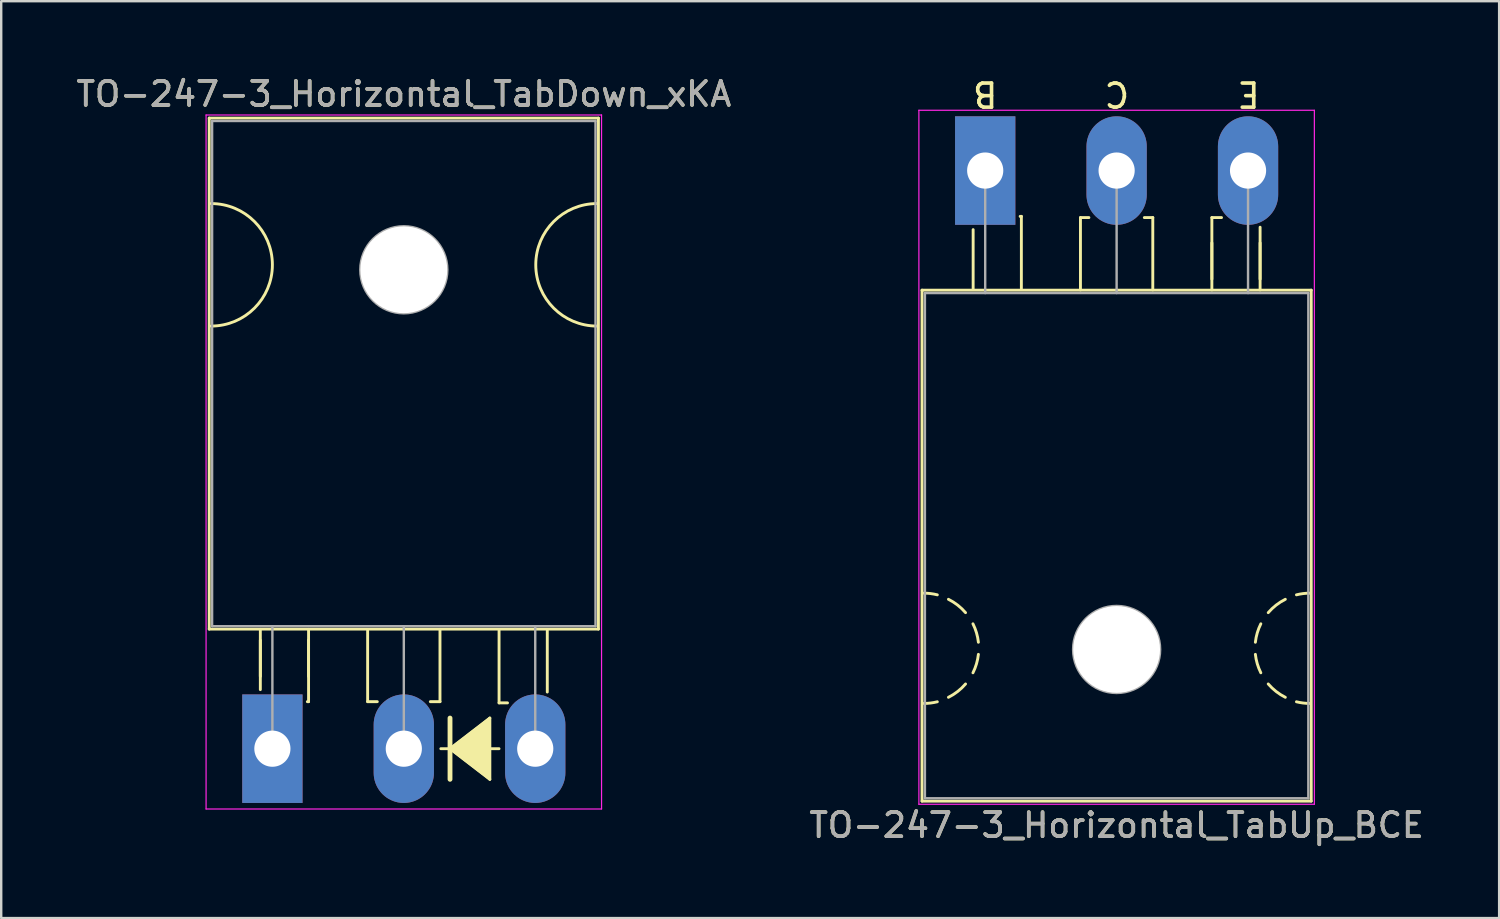
<source format=kicad_pcb>
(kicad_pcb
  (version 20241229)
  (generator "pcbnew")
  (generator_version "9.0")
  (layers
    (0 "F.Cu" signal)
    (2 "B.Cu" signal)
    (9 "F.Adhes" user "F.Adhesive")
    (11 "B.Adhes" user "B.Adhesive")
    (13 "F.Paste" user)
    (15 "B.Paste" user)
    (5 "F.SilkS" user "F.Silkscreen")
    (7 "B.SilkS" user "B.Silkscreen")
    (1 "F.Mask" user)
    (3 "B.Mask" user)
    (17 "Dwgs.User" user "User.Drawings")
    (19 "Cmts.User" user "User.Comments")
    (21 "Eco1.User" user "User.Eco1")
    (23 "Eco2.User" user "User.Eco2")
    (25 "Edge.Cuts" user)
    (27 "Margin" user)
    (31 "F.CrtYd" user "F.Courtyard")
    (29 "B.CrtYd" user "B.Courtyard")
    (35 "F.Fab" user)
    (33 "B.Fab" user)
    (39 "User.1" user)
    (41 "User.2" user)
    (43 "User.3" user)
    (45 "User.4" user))
  (footprint "TO-247-3_Horizontal_TabUp_BCE"
    (layer "F.Cu")
    (at 37.806 4.023)
    (property "Reference" "TO-247-3_Horizontal_TabUp_BCE" (at 5.45 27.15 0) (layer "F.SilkS") (effects (font (size 1 1) (thickness 0.15))))
    (fp_line (start -2.62 4.96) (end -2.62 26.15) (stroke (width 0.12) (type solid)) (layer "F.SilkS"))
    (fp_line (start -2.62 4.96) (end 13.52 4.96) (stroke (width 0.12) (type solid)) (layer "F.SilkS"))
    (fp_line (start -2.62 26.15) (end 13.52 26.15) (stroke (width 0.12) (type solid)) (layer "F.SilkS"))
    (fp_line (start -0.5 4.9) (end -0.5 2.45) (stroke (width 0.12) (type solid)) (layer "F.SilkS"))
    (fp_line (start 1.5 1.9) (end 1.45 1.9) (stroke (width 0.12) (type solid)) (layer "F.SilkS"))
    (fp_line (start 1.5 4.9) (end 1.5 1.9) (stroke (width 0.12) (type solid)) (layer "F.SilkS"))
    (fp_line (start 3.95 1.95) (end 4.3 1.95) (stroke (width 0.12) (type solid)) (layer "F.SilkS"))
    (fp_line (start 3.95 4.95) (end 3.95 1.95) (stroke (width 0.12) (type solid)) (layer "F.SilkS"))
    (fp_line (start 6.95 1.95) (end 6.6 1.95) (stroke (width 0.12) (type solid)) (layer "F.SilkS"))
    (fp_line (start 6.95 4.95) (end 6.95 1.95) (stroke (width 0.12) (type solid)) (layer "F.SilkS"))
    (fp_line (start 9.4 1.95) (end 9.8 1.95) (stroke (width 0.12) (type solid)) (layer "F.SilkS"))
    (fp_line (start 9.4 4.5) (end 9.4 3) (stroke (width 0.12) (type solid)) (layer "F.SilkS"))
    (fp_line (start 9.4 4.95) (end 9.4 1.95) (stroke (width 0.12) (type solid)) (layer "F.SilkS"))
    (fp_line (start 11.4 4.5) (end 11.4 3) (stroke (width 0.12) (type solid)) (layer "F.SilkS"))
    (fp_line (start 11.4 4.95) (end 11.4 2.35) (stroke (width 0.12) (type solid)) (layer "F.SilkS"))
    (fp_line (start 13.52 4.96) (end 13.52 26.15) (stroke (width 0.12) (type solid)) (layer "F.SilkS"))
    (fp_arc (start -2.54 17.526) (mid -2.260689 17.543128) (end -1.985564 17.594254) (stroke (width 0.12) (type solid)) (layer "F.SilkS"))
    (fp_arc (start -1.985564 22.029746) (mid -2.260689 22.080872) (end -2.54 22.098) (stroke (width 0.12) (type solid)) (layer "F.SilkS"))
    (fp_arc (start -1.524001 17.780001) (mid -1.14188 18.02132) (end -0.815088 18.333504) (stroke (width 0.12) (type solid)) (layer "F.SilkS"))
    (fp_arc (start -0.815087 21.290497) (mid -1.141879 21.60268) (end -1.524 21.844) (stroke (width 0.12) (type solid)) (layer "F.SilkS"))
    (fp_arc (start -0.508001 18.796001) (mid -0.361178 19.168563) (end -0.282051 19.561117) (stroke (width 0.12) (type solid)) (layer "F.SilkS"))
    (fp_arc (start -0.282051 20.062883) (mid -0.361178 20.455437) (end -0.508001 20.827999) (stroke (width 0.12) (type solid)) (layer "F.SilkS"))
    (fp_arc (start 11.204051 19.561117) (mid 11.283178 19.168563) (end 11.430001 18.796001) (stroke (width 0.12) (type solid)) (layer "F.SilkS"))
    (fp_arc (start 11.430001 20.827999) (mid 11.283178 20.455437) (end 11.204051 20.062883) (stroke (width 0.12) (type solid)) (layer "F.SilkS"))
    (fp_arc (start 11.737087 18.333503) (mid 12.063879 18.02132) (end 12.446 17.78) (stroke (width 0.12) (type solid)) (layer "F.SilkS"))
    (fp_arc (start 12.446001 21.843999) (mid 12.06388 21.60268) (end 11.737088 21.290496) (stroke (width 0.12) (type solid)) (layer "F.SilkS"))
    (fp_arc (start 12.907564 17.594254) (mid 13.182689 17.543128) (end 13.462 17.526) (stroke (width 0.12) (type solid)) (layer "F.SilkS"))
    (fp_arc (start 13.462 22.098) (mid 13.182689 22.080872) (end 12.907564 22.029746) (stroke (width 0.12) (type solid)) (layer "F.SilkS"))
    (fp_line (start -2.75 -2.5) (end -2.75 26.28) (stroke (width 0.05) (type solid)) (layer "F.CrtYd"))
    (fp_line (start -2.75 26.28) (end 13.65 26.28) (stroke (width 0.05) (type solid)) (layer "F.CrtYd"))
    (fp_line (start 13.65 -2.5) (end -2.75 -2.5) (stroke (width 0.05) (type solid)) (layer "F.CrtYd"))
    (fp_line (start 13.65 26.28) (end 13.65 -2.5) (stroke (width 0.05) (type solid)) (layer "F.CrtYd"))
    (fp_line (start -2.5 5.08) (end -2.5 26.03) (stroke (width 0.1) (type solid)) (layer "F.Fab"))
    (fp_line (start -2.5 26.03) (end 13.4 26.03) (stroke (width 0.1) (type solid)) (layer "F.Fab"))
    (fp_line (start 0 5.08) (end 0 0) (stroke (width 0.1) (type solid)) (layer "F.Fab"))
    (fp_line (start 5.45 5.08) (end 5.45 0) (stroke (width 0.1) (type solid)) (layer "F.Fab"))
    (fp_line (start 10.9 5.08) (end 10.9 0) (stroke (width 0.1) (type solid)) (layer "F.Fab"))
    (fp_line (start 13.4 5.08) (end -2.5 5.08) (stroke (width 0.1) (type solid)) (layer "F.Fab"))
    (fp_line (start 13.4 26.03) (end 13.4 5.08) (stroke (width 0.1) (type solid)) (layer "F.Fab"))
    (fp_circle (center 5.45 19.86) (end 7.255 19.86) (stroke (width 0.1) (type solid)) (fill no) (layer "F.Fab"))
    (fp_text user "B" (at 0 -3.175 180) (unlocked yes) (layer "F.SilkS") (effects (font (size 1 1) (thickness 0.15))))
    (fp_text user "E" (at 10.922 -3.175 180) (unlocked yes) (layer "F.SilkS") (effects (font (size 1 1) (thickness 0.15))))
    (fp_text user "C" (at 5.461 -3.175 180) (unlocked yes) (layer "F.SilkS") (effects (font (size 1 1) (thickness 0.15))))
    (fp_text user "${REFERENCE}" (at 5.45 27.15 0) (layer "F.Fab") (effects (font (size 1 1) (thickness 0.15))))
    (pad "" np_thru_hole oval (at 5.45 19.86) (size 3.6 3.6) (drill 3.6) (layers "*.Cu" "*.Mask"))
    (pad "1" thru_hole rect (at 0 0) (size 2.5 4.5) (drill 1.5) (layers "*.Cu" "*.Mask"))
    (pad "2" thru_hole oval (at 5.45 0) (size 2.5 4.5) (drill 1.5) (layers "*.Cu" "*.Mask"))
    (pad "3" thru_hole oval (at 10.9 0) (size 2.5 4.5) (drill 1.5) (layers "*.Cu" "*.Mask")))
  (footprint "TO-247-3_Horizontal_TabDown_xKA"
    (layer "F.Cu")
    (at 8.246 27.998)
    (property "Reference" "TO-247-3_Horizontal_TabDown_xKA" (at 5.45 -27.15 0) (layer "F.SilkS") (effects (font (size 1 1) (thickness 0.15))))
    (fp_line (start -2.62 -26.15) (end -2.62 -4.96) (stroke (width 0.12) (type solid)) (layer "F.SilkS"))
    (fp_line (start -2.62 -26.15) (end 13.52 -26.15) (stroke (width 0.12) (type solid)) (layer "F.SilkS"))
    (fp_line (start -2.62 -4.96) (end 13.52 -4.96) (stroke (width 0.12) (type solid)) (layer "F.SilkS"))
    (fp_line (start -0.5 -4.95) (end -0.5 -2.45) (stroke (width 0.12) (type solid)) (layer "F.SilkS"))
    (fp_line (start -0.5 -4.5) (end -0.5 -3) (stroke (width 0.12) (type solid)) (layer "F.SilkS"))
    (fp_line (start 1.5 -4.95) (end 1.5 -1.95) (stroke (width 0.12) (type solid)) (layer "F.SilkS"))
    (fp_line (start 1.5 -4.5) (end 1.5 -3) (stroke (width 0.12) (type solid)) (layer "F.SilkS"))
    (fp_line (start 1.5 -1.95) (end 1.45 -1.95) (stroke (width 0.12) (type solid)) (layer "F.SilkS"))
    (fp_line (start 3.95 -4.9) (end 3.95 -1.95) (stroke (width 0.12) (type solid)) (layer "F.SilkS"))
    (fp_line (start 3.95 -1.95) (end 4.35 -1.95) (stroke (width 0.12) (type solid)) (layer "F.SilkS"))
    (fp_line (start 6.95 -4.95) (end 6.95 -1.95) (stroke (width 0.12) (type solid)) (layer "F.SilkS"))
    (fp_line (start 6.95 -1.95) (end 6.55 -1.95) (stroke (width 0.12) (type solid)) (layer "F.SilkS"))
    (fp_line (start 6.985 0) (end 7.366 0) (stroke (width 0.12) (type solid)) (layer "F.SilkS"))
    (fp_line (start 7.366 -1.27) (end 7.366 0) (stroke (width 0.2) (type solid)) (layer "F.SilkS"))
    (fp_line (start 7.366 0) (end 7.366 1.27) (stroke (width 0.2) (type solid)) (layer "F.SilkS"))
    (fp_line (start 7.366 0) (end 9.017 1.27) (stroke (width 0.12) (type solid)) (layer "F.SilkS"))
    (fp_line (start 9.017 -1.27) (end 7.366 0) (stroke (width 0.12) (type solid)) (layer "F.SilkS"))
    (fp_line (start 9.017 1.27) (end 9.017 -1.27) (stroke (width 0.12) (type solid)) (layer "F.SilkS"))
    (fp_line (start 9.398 0) (end 9.017 0) (stroke (width 0.12) (type solid)) (layer "F.SilkS"))
    (fp_line (start 9.4 -4.9) (end 9.4 -1.9) (stroke (width 0.12) (type solid)) (layer "F.SilkS"))
    (fp_line (start 9.4 -1.9) (end 9.75 -1.9) (stroke (width 0.12) (type solid)) (layer "F.SilkS"))
    (fp_line (start 11.4 -4.9) (end 11.4 -2.35) (stroke (width 0.12) (type solid)) (layer "F.SilkS"))
    (fp_line (start 13.52 -26.15) (end 13.52 -4.96) (stroke (width 0.12) (type solid)) (layer "F.SilkS"))
    (fp_arc (start -2.54 -22.606) (mid 0 -20.066) (end -2.54 -17.526) (stroke (width 0.12) (type solid)) (layer "F.SilkS"))
    (fp_arc (start 13.462 -17.526) (mid 10.922 -20.066) (end 13.462 -22.606) (stroke (width 0.12) (type solid)) (layer "F.SilkS"))
    (fp_poly (pts (xy 9.017 1.27) (xy 7.366 0) (xy 9.017 -1.27)) (stroke (width 0.1) (type solid)) (fill yes) (layer "F.SilkS"))
    (fp_line (start -2.75 -26.28) (end -2.75 2.5) (stroke (width 0.05) (type solid)) (layer "F.CrtYd"))
    (fp_line (start -2.75 2.5) (end 13.65 2.5) (stroke (width 0.05) (type solid)) (layer "F.CrtYd"))
    (fp_line (start 13.65 -26.28) (end -2.75 -26.28) (stroke (width 0.05) (type solid)) (layer "F.CrtYd"))
    (fp_line (start 13.65 2.5) (end 13.65 -26.28) (stroke (width 0.05) (type solid)) (layer "F.CrtYd"))
    (fp_line (start -2.5 -26.03) (end 13.4 -26.03) (stroke (width 0.1) (type solid)) (layer "F.Fab"))
    (fp_line (start -2.5 -5.08) (end -2.5 -26.03) (stroke (width 0.1) (type solid)) (layer "F.Fab"))
    (fp_line (start 0 -5.08) (end 0 0) (stroke (width 0.1) (type solid)) (layer "F.Fab"))
    (fp_line (start 5.45 -5.08) (end 5.45 0) (stroke (width 0.1) (type solid)) (layer "F.Fab"))
    (fp_line (start 10.9 -5.08) (end 10.9 0) (stroke (width 0.1) (type solid)) (layer "F.Fab"))
    (fp_line (start 13.4 -26.03) (end 13.4 -5.08) (stroke (width 0.1) (type solid)) (layer "F.Fab"))
    (fp_line (start 13.4 -5.08) (end -2.5 -5.08) (stroke (width 0.1) (type solid)) (layer "F.Fab"))
    (fp_circle (center 5.45 -19.86) (end 7.255 -19.86) (stroke (width 0.1) (type solid)) (fill no) (layer "F.Fab"))
    (fp_text user "${REFERENCE}" (at 5.45 -27.15 0) (layer "F.Fab") (effects (font (size 1 1) (thickness 0.15))))
    (pad "" np_thru_hole oval (at 5.45 -19.86) (size 3.6 3.6) (drill 3.6) (layers "*.Cu" "*.Mask"))
    (pad "1" thru_hole rect (at 0 0) (size 2.5 4.5) (drill 1.5) (layers "*.Cu" "*.Mask"))
    (pad "2" thru_hole oval (at 5.45 0) (size 2.5 4.5) (drill 1.5) (layers "*.Cu" "*.Mask"))
    (pad "3" thru_hole oval (at 10.9 0) (size 2.5 4.5) (drill 1.5) (layers "*.Cu" "*.Mask")))
  (gr_rect
    (start -3 -3)
    (end 59.119 35.022)
    (stroke (width 0.1) (type default))
    (fill no)
    (layer "Edge.Cuts")))
</source>
